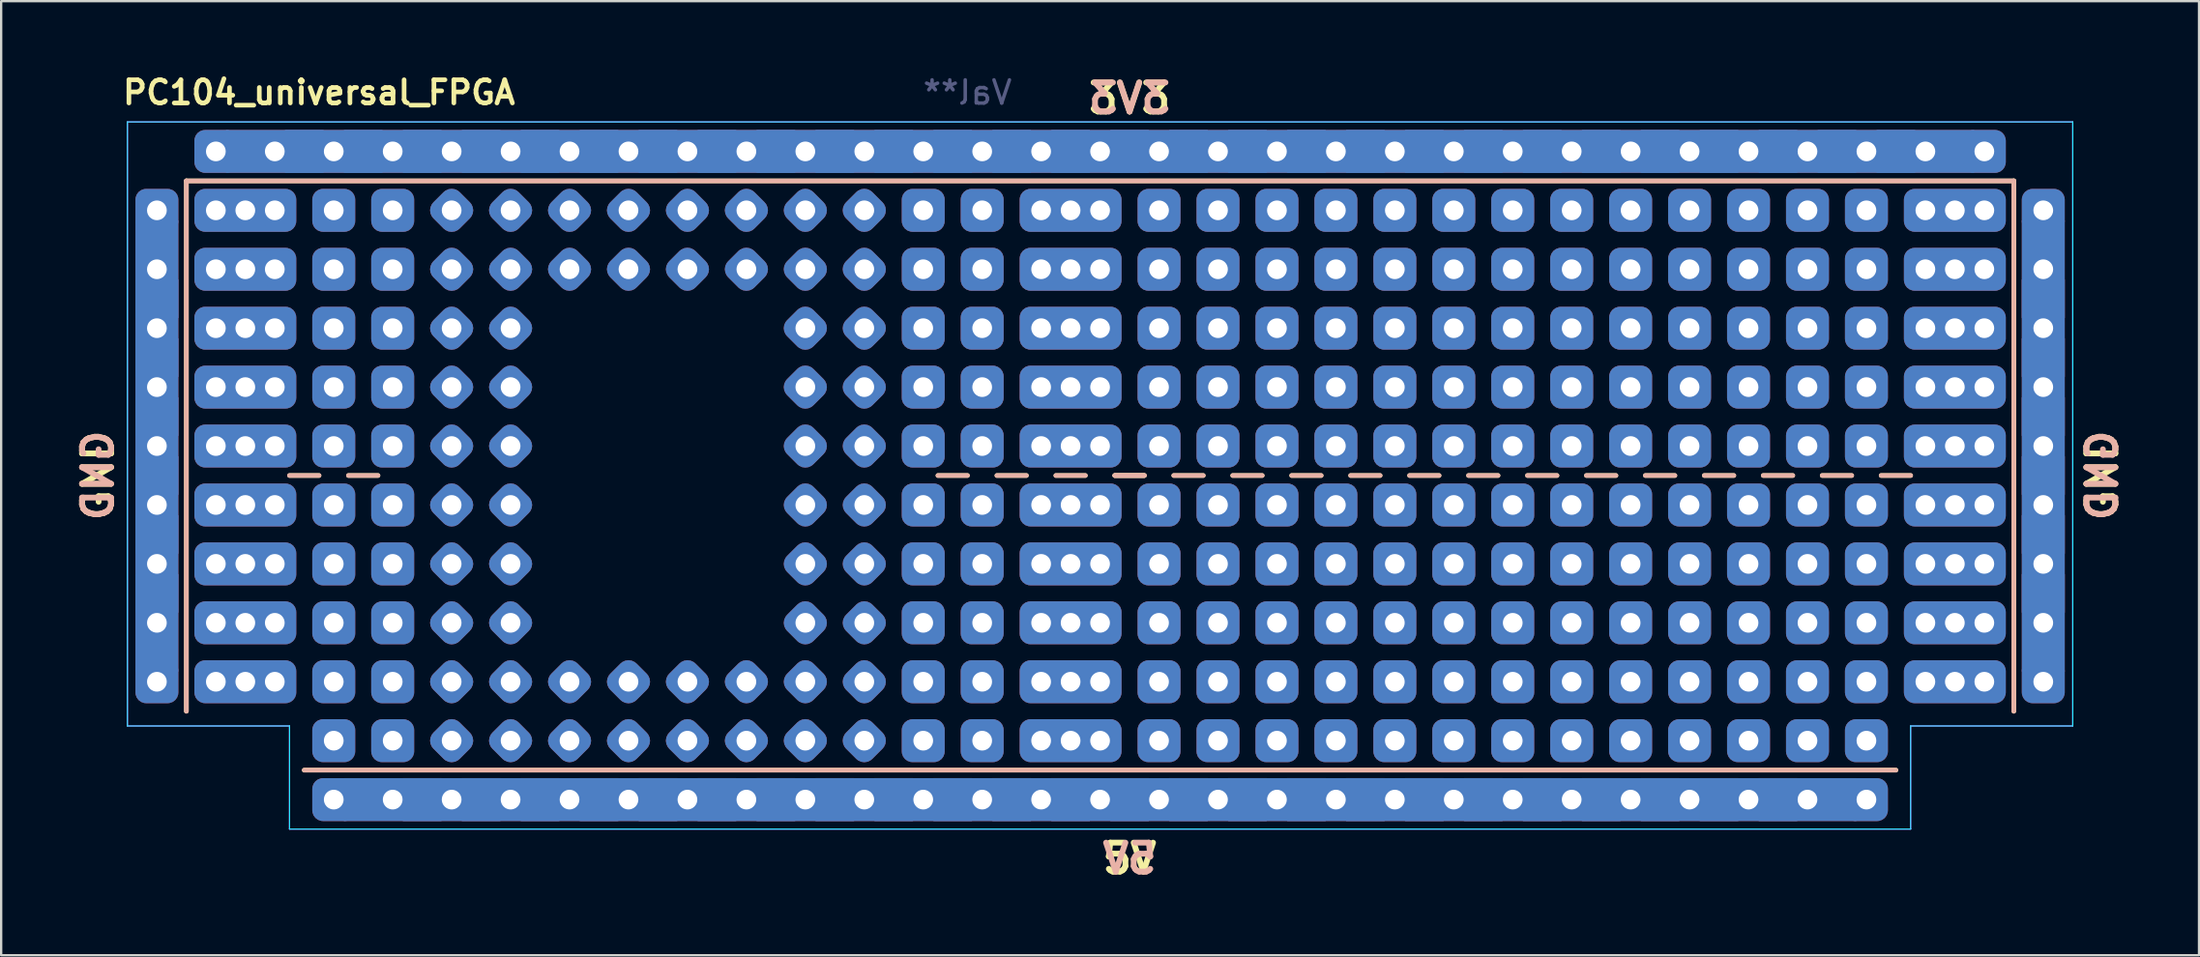
<source format=kicad_pcb>
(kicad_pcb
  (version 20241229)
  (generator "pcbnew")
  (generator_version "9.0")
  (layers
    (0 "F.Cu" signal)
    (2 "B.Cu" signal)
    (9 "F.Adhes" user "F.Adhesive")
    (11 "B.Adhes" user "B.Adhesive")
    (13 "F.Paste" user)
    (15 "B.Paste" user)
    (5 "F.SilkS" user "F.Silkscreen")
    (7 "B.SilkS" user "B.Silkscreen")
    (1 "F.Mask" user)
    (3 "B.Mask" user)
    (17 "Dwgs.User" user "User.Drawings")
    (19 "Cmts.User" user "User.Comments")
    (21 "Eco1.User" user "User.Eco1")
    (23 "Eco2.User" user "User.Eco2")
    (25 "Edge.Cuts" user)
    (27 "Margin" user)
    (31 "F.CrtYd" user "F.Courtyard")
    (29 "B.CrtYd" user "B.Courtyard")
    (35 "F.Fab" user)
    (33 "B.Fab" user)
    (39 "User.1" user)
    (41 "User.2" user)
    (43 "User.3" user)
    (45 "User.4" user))
  (footprint "PC104_universal_FPGA"
    (layer "F.Cu")
    (at 3.71 3.476)
    (property "Reference" "PC104_universal_FPGA" (at 6.985 -2.54 0) (layer "F.SilkS") (effects (font (size 1 1) (thickness 0.2))))
    (attr exclude_from_pos_files exclude_from_bom)
    (fp_line (start 1.27 1.27) (end 80.01 1.27) (stroke (width 0.2) (type solid)) (layer "F.SilkS"))
    (fp_line (start 1.27 24.13) (end 1.27 1.27) (stroke (width 0.2) (type solid)) (layer "F.SilkS"))
    (fp_line (start 5.715 13.97) (end 6.985 13.97) (stroke (width 0.2) (type solid)) (layer "F.SilkS"))
    (fp_line (start 8.255 13.97) (end 9.525 13.97) (stroke (width 0.2) (type solid)) (layer "F.SilkS"))
    (fp_line (start 33.655 13.97) (end 34.925 13.97) (stroke (width 0.2) (type solid)) (layer "F.SilkS"))
    (fp_line (start 36.195 13.97) (end 37.465 13.97) (stroke (width 0.2) (type solid)) (layer "F.SilkS"))
    (fp_line (start 38.735 13.97) (end 40.005 13.97) (stroke (width 0.2) (type solid)) (layer "F.SilkS"))
    (fp_line (start 41.275 13.97) (end 42.545 13.97) (stroke (width 0.2) (type solid)) (layer "F.SilkS"))
    (fp_line (start 41.275 13.97) (end 42.545 13.97) (stroke (width 0.2) (type solid)) (layer "F.SilkS"))
    (fp_line (start 43.815 13.97) (end 45.085 13.97) (stroke (width 0.2) (type solid)) (layer "F.SilkS"))
    (fp_line (start 46.355 13.97) (end 47.625 13.97) (stroke (width 0.2) (type solid)) (layer "F.SilkS"))
    (fp_line (start 48.895 13.97) (end 50.165 13.97) (stroke (width 0.2) (type solid)) (layer "F.SilkS"))
    (fp_line (start 51.435 13.97) (end 52.705 13.97) (stroke (width 0.2) (type solid)) (layer "F.SilkS"))
    (fp_line (start 53.975 13.97) (end 55.245 13.97) (stroke (width 0.2) (type solid)) (layer "F.SilkS"))
    (fp_line (start 56.515 13.97) (end 57.785 13.97) (stroke (width 0.2) (type solid)) (layer "F.SilkS"))
    (fp_line (start 59.055 13.97) (end 60.325 13.97) (stroke (width 0.2) (type solid)) (layer "F.SilkS"))
    (fp_line (start 61.595 13.97) (end 62.865 13.97) (stroke (width 0.2) (type solid)) (layer "F.SilkS"))
    (fp_line (start 64.135 13.97) (end 65.405 13.97) (stroke (width 0.2) (type solid)) (layer "F.SilkS"))
    (fp_line (start 66.675 13.97) (end 67.945 13.97) (stroke (width 0.2) (type solid)) (layer "F.SilkS"))
    (fp_line (start 69.215 13.97) (end 70.485 13.97) (stroke (width 0.2) (type solid)) (layer "F.SilkS"))
    (fp_line (start 71.755 13.97) (end 73.025 13.97) (stroke (width 0.2) (type solid)) (layer "F.SilkS"))
    (fp_line (start 74.295 13.97) (end 75.565 13.97) (stroke (width 0.2) (type solid)) (layer "F.SilkS"))
    (fp_line (start 74.93 26.67) (end 6.35 26.67) (stroke (width 0.2) (type solid)) (layer "F.SilkS"))
    (fp_line (start 80.01 1.27) (end 80.01 24.13) (stroke (width 0.2) (type solid)) (layer "F.SilkS"))
    (fp_line (start 1.27 1.27) (end 80.01 1.27) (stroke (width 0.2) (type solid)) (layer "B.SilkS"))
    (fp_line (start 1.27 24.13) (end 1.27 1.27) (stroke (width 0.2) (type solid)) (layer "B.SilkS"))
    (fp_line (start 5.715 13.97) (end 6.985 13.97) (stroke (width 0.2) (type solid)) (layer "B.SilkS"))
    (fp_line (start 8.255 13.97) (end 9.525 13.97) (stroke (width 0.2) (type solid)) (layer "B.SilkS"))
    (fp_line (start 33.655 13.97) (end 34.925 13.97) (stroke (width 0.2) (type solid)) (layer "B.SilkS"))
    (fp_line (start 36.195 13.97) (end 37.465 13.97) (stroke (width 0.2) (type solid)) (layer "B.SilkS"))
    (fp_line (start 38.735 13.97) (end 40.005 13.97) (stroke (width 0.2) (type solid)) (layer "B.SilkS"))
    (fp_line (start 41.275 13.97) (end 42.545 13.97) (stroke (width 0.2) (type solid)) (layer "B.SilkS"))
    (fp_line (start 41.275 13.97) (end 42.545 13.97) (stroke (width 0.2) (type solid)) (layer "B.SilkS"))
    (fp_line (start 43.815 13.97) (end 45.085 13.97) (stroke (width 0.2) (type solid)) (layer "B.SilkS"))
    (fp_line (start 46.355 13.97) (end 47.625 13.97) (stroke (width 0.2) (type solid)) (layer "B.SilkS"))
    (fp_line (start 48.895 13.97) (end 50.165 13.97) (stroke (width 0.2) (type solid)) (layer "B.SilkS"))
    (fp_line (start 51.435 13.97) (end 52.705 13.97) (stroke (width 0.2) (type solid)) (layer "B.SilkS"))
    (fp_line (start 53.975 13.97) (end 55.245 13.97) (stroke (width 0.2) (type solid)) (layer "B.SilkS"))
    (fp_line (start 56.515 13.97) (end 57.785 13.97) (stroke (width 0.2) (type solid)) (layer "B.SilkS"))
    (fp_line (start 59.055 13.97) (end 60.325 13.97) (stroke (width 0.2) (type solid)) (layer "B.SilkS"))
    (fp_line (start 61.595 13.97) (end 62.865 13.97) (stroke (width 0.2) (type solid)) (layer "B.SilkS"))
    (fp_line (start 64.135 13.97) (end 65.405 13.97) (stroke (width 0.2) (type solid)) (layer "B.SilkS"))
    (fp_line (start 66.675 13.97) (end 67.945 13.97) (stroke (width 0.2) (type solid)) (layer "B.SilkS"))
    (fp_line (start 69.215 13.97) (end 70.485 13.97) (stroke (width 0.2) (type solid)) (layer "B.SilkS"))
    (fp_line (start 71.755 13.97) (end 73.025 13.97) (stroke (width 0.2) (type solid)) (layer "B.SilkS"))
    (fp_line (start 74.295 13.97) (end 75.565 13.97) (stroke (width 0.2) (type solid)) (layer "B.SilkS"))
    (fp_line (start 74.93 26.67) (end 6.35 26.67) (stroke (width 0.2) (type solid)) (layer "B.SilkS"))
    (fp_line (start 80.01 1.27) (end 80.01 24.13) (stroke (width 0.2) (type solid)) (layer "B.SilkS"))
    (fp_line (start -1.27 -1.27) (end 82.55 -1.27) (stroke (width 0.05) (type solid)) (layer "B.CrtYd"))
    (fp_line (start -1.27 24.765) (end -1.27 -1.27) (stroke (width 0.05) (type solid)) (layer "B.CrtYd"))
    (fp_line (start 5.715 24.765) (end -1.27 24.765) (stroke (width 0.05) (type solid)) (layer "B.CrtYd"))
    (fp_line (start 5.715 29.21) (end 5.715 24.765) (stroke (width 0.05) (type solid)) (layer "B.CrtYd"))
    (fp_line (start 75.565 24.765) (end 75.565 29.21) (stroke (width 0.05) (type solid)) (layer "B.CrtYd"))
    (fp_line (start 75.565 29.21) (end 5.715 29.21) (stroke (width 0.05) (type solid)) (layer "B.CrtYd"))
    (fp_line (start 82.55 24.765) (end 75.565 24.765) (stroke (width 0.05) (type solid)) (layer "B.CrtYd"))
    (fp_line (start 82.55 24.765) (end 82.55 -1.27) (stroke (width 0.05) (type solid)) (layer "B.CrtYd"))
    (fp_line (start -1.27 -1.27) (end 82.55 -1.27) (stroke (width 0.05) (type solid)) (layer "F.CrtYd"))
    (fp_line (start -1.27 24.765) (end -1.27 -1.27) (stroke (width 0.05) (type solid)) (layer "F.CrtYd"))
    (fp_line (start 5.715 24.765) (end -1.27 24.765) (stroke (width 0.05) (type solid)) (layer "F.CrtYd"))
    (fp_line (start 5.715 29.21) (end 5.715 24.765) (stroke (width 0.05) (type solid)) (layer "F.CrtYd"))
    (fp_line (start 75.565 24.765) (end 75.565 29.21) (stroke (width 0.05) (type solid)) (layer "F.CrtYd"))
    (fp_line (start 75.565 29.21) (end 5.715 29.21) (stroke (width 0.05) (type solid)) (layer "F.CrtYd"))
    (fp_line (start 82.55 24.765) (end 75.565 24.765) (stroke (width 0.05) (type solid)) (layer "F.CrtYd"))
    (fp_line (start 82.55 24.765) (end 82.55 -1.27) (stroke (width 0.05) (type solid)) (layer "F.CrtYd"))
    (fp_text user "5V" (at 41.91 30.48 180) (layer "F.SilkS") (effects (font (size 1.25 1.25) (thickness 0.25))))
    (fp_text user "GND" (at -2.54 13.97 90) (layer "F.SilkS") (effects (font (size 1.25 1.25) (thickness 0.25))))
    (fp_text user "3V3" (at 41.91 -2.286 180) (layer "F.SilkS") (effects (font (size 1.25 1.25) (thickness 0.25))))
    (fp_text user "GND" (at 83.82 13.97 270) (layer "F.SilkS") (effects (font (size 1.25 1.25) (thickness 0.25))))
    (fp_text user "5V" (at 41.91 30.48 180) (layer "B.SilkS") (effects (font (size 1.25 1.25) (thickness 0.25)) (justify mirror)))
    (fp_text user "GND" (at -2.54 13.97 270) (layer "B.SilkS") (effects (font (size 1.25 1.25) (thickness 0.25)) (justify mirror)))
    (fp_text user "3V3" (at 41.91 -2.286 180) (layer "B.SilkS") (effects (font (size 1.25 1.25) (thickness 0.25)) (justify mirror)))
    (fp_text user "GND" (at 83.82 13.97 90) (layer "B.SilkS") (effects (font (size 1.25 1.25) (thickness 0.25)) (justify mirror)))
    (fp_text user "Val**" (at 34.925 -2.54 0) (layer "B.Fab") (effects (font (size 1 1) (thickness 0.15)) (justify mirror)))
    (pad "1" thru_hole roundrect (at 0 2.54 270) (size 1.85 1.85) (drill 0.85) (layers "*.Cu" "*.Mask") (roundrect_rratio 0.25))
    (pad "1" thru_hole rect (at 0 5.08 90) (size 4.2 1.85) (drill 0.85) (layers "*.Cu" "*.Mask"))
    (pad "1" thru_hole rect (at 0 7.62 90) (size 4.2 1.85) (drill 0.85) (layers "*.Cu" "*.Mask"))
    (pad "1" thru_hole rect (at 0 10.16 90) (size 4.2 1.85) (drill 0.85) (layers "*.Cu" "*.Mask"))
    (pad "1" thru_hole rect (at 0 12.7 90) (size 4.2 1.85) (drill 0.85) (layers "*.Cu" "*.Mask"))
    (pad "1" thru_hole rect (at 0 15.24 90) (size 4.2 1.85) (drill 0.85) (layers "*.Cu" "*.Mask"))
    (pad "1" thru_hole rect (at 0 17.78 90) (size 4.2 1.85) (drill 0.85) (layers "*.Cu" "*.Mask"))
    (pad "1" thru_hole rect (at 0 20.32 90) (size 4.2 1.85) (drill 0.85) (layers "*.Cu" "*.Mask"))
    (pad "1" thru_hole roundrect (at 0 22.86 270) (size 1.85 1.85) (drill 0.85) (layers "*.Cu" "*.Mask") (roundrect_rratio 0.25))
    (pad "1" thru_hole roundrect (at 81.28 2.54 270) (size 1.85 1.85) (drill 0.85) (layers "*.Cu" "*.Mask") (roundrect_rratio 0.25))
    (pad "1" thru_hole rect (at 81.28 5.08 90) (size 4.2 1.85) (drill 0.85) (layers "*.Cu" "*.Mask"))
    (pad "1" thru_hole rect (at 81.28 7.62 90) (size 4.2 1.85) (drill 0.85) (layers "*.Cu" "*.Mask"))
    (pad "1" thru_hole rect (at 81.28 10.16 90) (size 4.2 1.85) (drill 0.85) (layers "*.Cu" "*.Mask"))
    (pad "1" thru_hole rect (at 81.28 12.7 90) (size 4.2 1.85) (drill 0.85) (layers "*.Cu" "*.Mask"))
    (pad "1" thru_hole rect (at 81.28 15.24 90) (size 4.2 1.85) (drill 0.85) (layers "*.Cu" "*.Mask"))
    (pad "1" thru_hole rect (at 81.28 17.78 90) (size 4.2 1.85) (drill 0.85) (layers "*.Cu" "*.Mask"))
    (pad "1" thru_hole rect (at 81.28 20.32 90) (size 4.2 1.85) (drill 0.85) (layers "*.Cu" "*.Mask"))
    (pad "1" thru_hole roundrect (at 81.28 22.86 270) (size 1.85 1.85) (drill 0.85) (layers "*.Cu" "*.Mask") (roundrect_rratio 0.25))
    (pad "2" thru_hole roundrect (at 2.54 0) (size 1.85 1.85) (drill 0.85) (layers "*.Cu" "*.Mask") (roundrect_rratio 0.25))
    (pad "2" thru_hole rect (at 5.08 0) (size 4.2 1.85) (drill 0.85) (layers "*.Cu" "*.Mask"))
    (pad "2" thru_hole rect (at 7.62 0) (size 4.2 1.85) (drill 0.85) (layers "*.Cu" "*.Mask"))
    (pad "2" thru_hole rect (at 10.16 0) (size 4.2 1.85) (drill 0.85) (layers "*.Cu" "*.Mask"))
    (pad "2" thru_hole rect (at 12.7 0) (size 4.2 1.85) (drill 0.85) (layers "*.Cu" "*.Mask"))
    (pad "2" thru_hole rect (at 15.24 0) (size 4.2 1.85) (drill 0.85) (layers "*.Cu" "*.Mask"))
    (pad "2" thru_hole rect (at 17.78 0) (size 4.2 1.85) (drill 0.85) (layers "*.Cu" "*.Mask"))
    (pad "2" thru_hole rect (at 20.32 0) (size 4.2 1.85) (drill 0.85) (layers "*.Cu" "*.Mask"))
    (pad "2" thru_hole rect (at 22.86 0) (size 4.2 1.85) (drill 0.85) (layers "*.Cu" "*.Mask"))
    (pad "2" thru_hole rect (at 25.4 0) (size 4.2 1.85) (drill 0.85) (layers "*.Cu" "*.Mask"))
    (pad "2" thru_hole rect (at 27.94 0) (size 4.2 1.85) (drill 0.85) (layers "*.Cu" "*.Mask"))
    (pad "2" thru_hole rect (at 30.48 0) (size 4.2 1.85) (drill 0.85) (layers "*.Cu" "*.Mask"))
    (pad "2" thru_hole rect (at 33.02 0) (size 4.2 1.85) (drill 0.85) (layers "*.Cu" "*.Mask"))
    (pad "2" thru_hole rect (at 35.56 0) (size 4.2 1.85) (drill 0.85) (layers "*.Cu" "*.Mask"))
    (pad "2" thru_hole rect (at 38.1 0) (size 4.2 1.85) (drill 0.85) (layers "*.Cu" "*.Mask"))
    (pad "2" thru_hole rect (at 40.64 0) (size 4.2 1.85) (drill 0.85) (layers "*.Cu" "*.Mask"))
    (pad "2" thru_hole rect (at 43.18 0) (size 4.2 1.85) (drill 0.85) (layers "*.Cu" "*.Mask"))
    (pad "2" thru_hole rect (at 45.72 0) (size 4.2 1.85) (drill 0.85) (layers "*.Cu" "*.Mask"))
    (pad "2" thru_hole rect (at 48.26 0 180) (size 4.2 1.85) (drill 0.85) (layers "*.Cu" "*.Mask"))
    (pad "2" thru_hole rect (at 50.8 0) (size 4.2 1.85) (drill 0.85) (layers "*.Cu" "*.Mask"))
    (pad "2" thru_hole rect (at 53.34 0) (size 4.2 1.85) (drill 0.85) (layers "*.Cu" "*.Mask"))
    (pad "2" thru_hole rect (at 55.88 0) (size 4.2 1.85) (drill 0.85) (layers "*.Cu" "*.Mask"))
    (pad "2" thru_hole rect (at 58.42 0) (size 4.2 1.85) (drill 0.85) (layers "*.Cu" "*.Mask"))
    (pad "2" thru_hole rect (at 60.96 0) (size 4.2 1.85) (drill 0.85) (layers "*.Cu" "*.Mask"))
    (pad "2" thru_hole rect (at 63.5 0) (size 4.2 1.85) (drill 0.85) (layers "*.Cu" "*.Mask"))
    (pad "2" thru_hole rect (at 66.04 0) (size 4.2 1.85) (drill 0.85) (layers "*.Cu" "*.Mask"))
    (pad "2" thru_hole rect (at 68.58 0) (size 4.2 1.85) (drill 0.85) (layers "*.Cu" "*.Mask"))
    (pad "2" thru_hole rect (at 71.12 0) (size 4.2 1.85) (drill 0.85) (layers "*.Cu" "*.Mask"))
    (pad "2" thru_hole rect (at 73.66 0) (size 4.2 1.85) (drill 0.85) (layers "*.Cu" "*.Mask"))
    (pad "2" thru_hole rect (at 76.2 0) (size 4.2 1.85) (drill 0.85) (layers "*.Cu" "*.Mask"))
    (pad "2" thru_hole roundrect (at 78.74 0) (size 1.85 1.85) (drill 0.85) (layers "*.Cu" "*.Mask") (roundrect_rratio 0.25))
    (pad "3" thru_hole roundrect (at 7.62 27.94 270) (size 1.85 1.85) (drill 0.85) (layers "*.Cu" "*.Mask") (roundrect_rratio 0.25))
    (pad "3" thru_hole rect (at 10.16 27.94) (size 4.2 1.85) (drill 0.85) (layers "*.Cu" "*.Mask"))
    (pad "3" thru_hole rect (at 12.7 27.94) (size 4.2 1.85) (drill 0.85) (layers "*.Cu" "*.Mask"))
    (pad "3" thru_hole rect (at 15.24 27.94) (size 4.2 1.85) (drill 0.85) (layers "*.Cu" "*.Mask"))
    (pad "3" thru_hole rect (at 17.78 27.94) (size 4.2 1.85) (drill 0.85) (layers "*.Cu" "*.Mask"))
    (pad "3" thru_hole rect (at 20.32 27.94) (size 4.2 1.85) (drill 0.85) (layers "*.Cu" "*.Mask"))
    (pad "3" thru_hole rect (at 22.86 27.94) (size 4.2 1.85) (drill 0.85) (layers "*.Cu" "*.Mask"))
    (pad "3" thru_hole rect (at 25.4 27.94) (size 4.2 1.85) (drill 0.85) (layers "*.Cu" "*.Mask"))
    (pad "3" thru_hole rect (at 27.94 27.94) (size 4.2 1.85) (drill 0.85) (layers "*.Cu" "*.Mask"))
    (pad "3" thru_hole rect (at 30.48 27.94) (size 4.2 1.85) (drill 0.85) (layers "*.Cu" "*.Mask"))
    (pad "3" thru_hole rect (at 33.02 27.94) (size 4.2 1.85) (drill 0.85) (layers "*.Cu" "*.Mask"))
    (pad "3" thru_hole rect (at 35.56 27.94) (size 4.2 1.85) (drill 0.85) (layers "*.Cu" "*.Mask"))
    (pad "3" thru_hole rect (at 38.1 27.94) (size 4.2 1.85) (drill 0.85) (layers "*.Cu" "*.Mask"))
    (pad "3" thru_hole rect (at 40.64 27.94) (size 4.2 1.85) (drill 0.85) (layers "*.Cu" "*.Mask"))
    (pad "3" thru_hole rect (at 43.18 27.94) (size 4.2 1.85) (drill 0.85) (layers "*.Cu" "*.Mask"))
    (pad "3" thru_hole rect (at 45.72 27.94) (size 4.2 1.85) (drill 0.85) (layers "*.Cu" "*.Mask"))
    (pad "3" thru_hole rect (at 48.26 27.94) (size 4.2 1.85) (drill 0.85) (layers "*.Cu" "*.Mask"))
    (pad "3" thru_hole rect (at 50.8 27.94) (size 4.2 1.85) (drill 0.85) (layers "*.Cu" "*.Mask"))
    (pad "3" thru_hole rect (at 53.34 27.94) (size 4.2 1.85) (drill 0.85) (layers "*.Cu" "*.Mask"))
    (pad "3" thru_hole rect (at 55.88 27.94) (size 4.2 1.85) (drill 0.85) (layers "*.Cu" "*.Mask"))
    (pad "3" thru_hole rect (at 58.42 27.94) (size 4.2 1.85) (drill 0.85) (layers "*.Cu" "*.Mask"))
    (pad "3" thru_hole rect (at 60.96 27.94) (size 4.2 1.85) (drill 0.85) (layers "*.Cu" "*.Mask"))
    (pad "3" thru_hole rect (at 63.5 27.94) (size 4.2 1.85) (drill 0.85) (layers "*.Cu" "*.Mask"))
    (pad "3" thru_hole rect (at 66.04 27.94) (size 4.2 1.85) (drill 0.85) (layers "*.Cu" "*.Mask"))
    (pad "3" thru_hole rect (at 68.58 27.94) (size 4.2 1.85) (drill 0.85) (layers "*.Cu" "*.Mask"))
    (pad "3" thru_hole rect (at 71.12 27.94) (size 4.2 1.85) (drill 0.85) (layers "*.Cu" "*.Mask"))
    (pad "3" thru_hole roundrect (at 73.66 27.94 270) (size 1.85 1.85) (drill 0.85) (layers "*.Cu" "*.Mask") (roundrect_rratio 0.25))
    (pad "NC" thru_hole circle (at 2.54 2.54) (size 1.5 1.5) (drill 0.85) (layers "*.Cu" "*.Mask"))
    (pad "NC" thru_hole circle (at 2.54 5.08) (size 1.5 1.5) (drill 0.85) (layers "*.Cu" "*.Mask"))
    (pad "NC" thru_hole circle (at 2.54 7.62) (size 1.5 1.5) (drill 0.85) (layers "*.Cu" "*.Mask"))
    (pad "NC" thru_hole circle (at 2.54 10.16) (size 1.5 1.5) (drill 0.85) (layers "*.Cu" "*.Mask"))
    (pad "NC" thru_hole circle (at 2.54 12.7) (size 1.5 1.5) (drill 0.85) (layers "*.Cu" "*.Mask"))
    (pad "NC" thru_hole circle (at 2.54 15.24) (size 1.5 1.5) (drill 0.85) (layers "*.Cu" "*.Mask"))
    (pad "NC" thru_hole circle (at 2.54 17.78) (size 1.5 1.5) (drill 0.85) (layers "*.Cu" "*.Mask"))
    (pad "NC" thru_hole circle (at 2.54 20.32) (size 1.5 1.5) (drill 0.85) (layers "*.Cu" "*.Mask"))
    (pad "NC" thru_hole circle (at 2.54 22.86) (size 1.5 1.5) (drill 0.85) (layers "*.Cu" "*.Mask"))
    (pad "NC" thru_hole roundrect (at 3.81 2.54) (size 4.39 1.85) (drill 0.85) (layers "*.Cu" "*.Mask") (roundrect_rratio 0.25))
    (pad "NC" thru_hole roundrect (at 3.81 5.08) (size 4.39 1.85) (drill 0.85) (layers "*.Cu" "*.Mask") (roundrect_rratio 0.25))
    (pad "NC" thru_hole roundrect (at 3.81 7.62) (size 4.39 1.85) (drill 0.85) (layers "*.Cu" "*.Mask") (roundrect_rratio 0.25))
    (pad "NC" thru_hole roundrect (at 3.81 10.16) (size 4.39 1.85) (drill 0.85) (layers "*.Cu" "*.Mask") (roundrect_rratio 0.25))
    (pad "NC" thru_hole roundrect (at 3.81 12.7) (size 4.39 1.85) (drill 0.85) (layers "*.Cu" "*.Mask") (roundrect_rratio 0.25))
    (pad "NC" thru_hole roundrect (at 3.81 15.24) (size 4.39 1.85) (drill 0.85) (layers "*.Cu" "*.Mask") (roundrect_rratio 0.25))
    (pad "NC" thru_hole roundrect (at 3.81 17.78) (size 4.39 1.85) (drill 0.85) (layers "*.Cu" "*.Mask") (roundrect_rratio 0.25))
    (pad "NC" thru_hole roundrect (at 3.81 20.32) (size 4.39 1.85) (drill 0.85) (layers "*.Cu" "*.Mask") (roundrect_rratio 0.25))
    (pad "NC" thru_hole roundrect (at 3.81 22.86) (size 4.39 1.85) (drill 0.85) (layers "*.Cu" "*.Mask") (roundrect_rratio 0.25))
    (pad "NC" thru_hole circle (at 5.08 2.54) (size 1.5 1.5) (drill 0.85) (layers "*.Cu" "*.Mask"))
    (pad "NC" thru_hole circle (at 5.08 5.08) (size 1.5 1.5) (drill 0.85) (layers "*.Cu" "*.Mask"))
    (pad "NC" thru_hole circle (at 5.08 7.62) (size 1.5 1.5) (drill 0.85) (layers "*.Cu" "*.Mask"))
    (pad "NC" thru_hole circle (at 5.08 10.16) (size 1.5 1.5) (drill 0.85) (layers "*.Cu" "*.Mask"))
    (pad "NC" thru_hole circle (at 5.08 12.7) (size 1.5 1.5) (drill 0.85) (layers "*.Cu" "*.Mask"))
    (pad "NC" thru_hole circle (at 5.08 15.24) (size 1.5 1.5) (drill 0.85) (layers "*.Cu" "*.Mask"))
    (pad "NC" thru_hole circle (at 5.08 17.78) (size 1.5 1.5) (drill 0.85) (layers "*.Cu" "*.Mask"))
    (pad "NC" thru_hole circle (at 5.08 20.32) (size 1.5 1.5) (drill 0.85) (layers "*.Cu" "*.Mask"))
    (pad "NC" thru_hole circle (at 5.08 22.86) (size 1.5 1.5) (drill 0.85) (layers "*.Cu" "*.Mask"))
    (pad "NC" thru_hole roundrect (at 7.62 2.54) (size 1.85 1.85) (drill 0.85) (layers "*.Cu" "*.Mask") (roundrect_rratio 0.25))
    (pad "NC" thru_hole roundrect (at 7.62 5.08) (size 1.85 1.85) (drill 0.85) (layers "*.Cu" "*.Mask") (roundrect_rratio 0.25))
    (pad "NC" thru_hole roundrect (at 7.62 7.62) (size 1.85 1.85) (drill 0.85) (layers "*.Cu" "*.Mask") (roundrect_rratio 0.25))
    (pad "NC" thru_hole roundrect (at 7.62 10.16) (size 1.85 1.85) (drill 0.85) (layers "*.Cu" "*.Mask") (roundrect_rratio 0.25))
    (pad "NC" thru_hole roundrect (at 7.62 12.7) (size 1.85 1.85) (drill 0.85) (layers "*.Cu" "*.Mask") (roundrect_rratio 0.25))
    (pad "NC" thru_hole roundrect (at 7.62 15.24) (size 1.85 1.85) (drill 0.85) (layers "*.Cu" "*.Mask") (roundrect_rratio 0.25))
    (pad "NC" thru_hole roundrect (at 7.62 17.78) (size 1.85 1.85) (drill 0.85) (layers "*.Cu" "*.Mask") (roundrect_rratio 0.25))
    (pad "NC" thru_hole roundrect (at 7.62 20.32) (size 1.85 1.85) (drill 0.85) (layers "*.Cu" "*.Mask") (roundrect_rratio 0.25))
    (pad "NC" thru_hole roundrect (at 7.62 22.86) (size 1.85 1.85) (drill 0.85) (layers "*.Cu" "*.Mask") (roundrect_rratio 0.25))
    (pad "NC" thru_hole roundrect (at 7.62 25.4) (size 1.85 1.85) (drill 0.85) (layers "*.Cu" "*.Mask") (roundrect_rratio 0.25))
    (pad "NC" thru_hole roundrect (at 10.16 2.54) (size 1.85 1.85) (drill 0.85) (layers "*.Cu" "*.Mask") (roundrect_rratio 0.25))
    (pad "NC" thru_hole roundrect (at 10.16 5.08) (size 1.85 1.85) (drill 0.85) (layers "*.Cu" "*.Mask") (roundrect_rratio 0.25))
    (pad "NC" thru_hole roundrect (at 10.16 7.62) (size 1.85 1.85) (drill 0.85) (layers "*.Cu" "*.Mask") (roundrect_rratio 0.25))
    (pad "NC" thru_hole roundrect (at 10.16 10.16) (size 1.85 1.85) (drill 0.85) (layers "*.Cu" "*.Mask") (roundrect_rratio 0.25))
    (pad "NC" thru_hole roundrect (at 10.16 12.7) (size 1.85 1.85) (drill 0.85) (layers "*.Cu" "*.Mask") (roundrect_rratio 0.25))
    (pad "NC" thru_hole roundrect (at 10.16 15.24) (size 1.85 1.85) (drill 0.85) (layers "*.Cu" "*.Mask") (roundrect_rratio 0.25))
    (pad "NC" thru_hole roundrect (at 10.16 17.78) (size 1.85 1.85) (drill 0.85) (layers "*.Cu" "*.Mask") (roundrect_rratio 0.25))
    (pad "NC" thru_hole roundrect (at 10.16 20.32) (size 1.85 1.85) (drill 0.85) (layers "*.Cu" "*.Mask") (roundrect_rratio 0.25))
    (pad "NC" thru_hole roundrect (at 10.16 22.86) (size 1.85 1.85) (drill 0.85) (layers "*.Cu" "*.Mask") (roundrect_rratio 0.25))
    (pad "NC" thru_hole roundrect (at 10.16 25.4) (size 1.85 1.85) (drill 0.85) (layers "*.Cu" "*.Mask") (roundrect_rratio 0.25))
    (pad "NC" thru_hole roundrect (at 12.7 2.54 315) (size 1.6 1.6) (drill 0.85) (layers "*.Cu" "*.Mask") (roundrect_rratio 0.305))
    (pad "NC" thru_hole roundrect (at 12.7 5.08 315) (size 1.6 1.6) (drill 0.85) (layers "*.Cu" "*.Mask") (roundrect_rratio 0.305))
    (pad "NC" thru_hole roundrect (at 12.7 7.62 315) (size 1.6 1.6) (drill 0.85) (layers "*.Cu" "*.Mask") (roundrect_rratio 0.305))
    (pad "NC" thru_hole roundrect (at 12.7 10.16 315) (size 1.6 1.6) (drill 0.85) (layers "*.Cu" "*.Mask") (roundrect_rratio 0.305))
    (pad "NC" thru_hole roundrect (at 12.7 12.7 315) (size 1.6 1.6) (drill 0.85) (layers "*.Cu" "*.Mask") (roundrect_rratio 0.305))
    (pad "NC" thru_hole roundrect (at 12.7 15.24 315) (size 1.6 1.6) (drill 0.85) (layers "*.Cu" "*.Mask") (roundrect_rratio 0.305))
    (pad "NC" thru_hole roundrect (at 12.7 17.78 315) (size 1.6 1.6) (drill 0.85) (layers "*.Cu" "*.Mask") (roundrect_rratio 0.305))
    (pad "NC" thru_hole roundrect (at 12.7 20.32 315) (size 1.6 1.6) (drill 0.85) (layers "*.Cu" "*.Mask") (roundrect_rratio 0.305))
    (pad "NC" thru_hole roundrect (at 12.7 22.86 315) (size 1.6 1.6) (drill 0.85) (layers "*.Cu" "*.Mask") (roundrect_rratio 0.305))
    (pad "NC" thru_hole roundrect (at 12.7 25.4 315) (size 1.6 1.6) (drill 0.85) (layers "*.Cu" "*.Mask") (roundrect_rratio 0.305))
    (pad "NC" thru_hole roundrect (at 15.24 2.54 315) (size 1.6 1.6) (drill 0.85) (layers "*.Cu" "*.Mask") (roundrect_rratio 0.305))
    (pad "NC" thru_hole roundrect (at 15.24 5.08 315) (size 1.6 1.6) (drill 0.85) (layers "*.Cu" "*.Mask") (roundrect_rratio 0.305))
    (pad "NC" thru_hole roundrect (at 15.24 7.62 315) (size 1.6 1.6) (drill 0.85) (layers "*.Cu" "*.Mask") (roundrect_rratio 0.305))
    (pad "NC" thru_hole roundrect (at 15.24 10.16 315) (size 1.6 1.6) (drill 0.85) (layers "*.Cu" "*.Mask") (roundrect_rratio 0.305))
    (pad "NC" thru_hole roundrect (at 15.24 12.7 315) (size 1.6 1.6) (drill 0.85) (layers "*.Cu" "*.Mask") (roundrect_rratio 0.305))
    (pad "NC" thru_hole roundrect (at 15.24 15.24 315) (size 1.6 1.6) (drill 0.85) (layers "*.Cu" "*.Mask") (roundrect_rratio 0.305))
    (pad "NC" thru_hole roundrect (at 15.24 17.78 315) (size 1.6 1.6) (drill 0.85) (layers "*.Cu" "*.Mask") (roundrect_rratio 0.305))
    (pad "NC" thru_hole roundrect (at 15.24 20.32 315) (size 1.6 1.6) (drill 0.85) (layers "*.Cu" "*.Mask") (roundrect_rratio 0.305))
    (pad "NC" thru_hole roundrect (at 15.24 22.86 315) (size 1.6 1.6) (drill 0.85) (layers "*.Cu" "*.Mask") (roundrect_rratio 0.305))
    (pad "NC" thru_hole roundrect (at 15.24 25.4 315) (size 1.6 1.6) (drill 0.85) (layers "*.Cu" "*.Mask") (roundrect_rratio 0.305))
    (pad "NC" thru_hole roundrect (at 17.78 2.54 315) (size 1.6 1.6) (drill 0.85) (layers "*.Cu" "*.Mask") (roundrect_rratio 0.305))
    (pad "NC" thru_hole roundrect (at 17.78 5.08 315) (size 1.6 1.6) (drill 0.85) (layers "*.Cu" "*.Mask") (roundrect_rratio 0.305))
    (pad "NC" thru_hole roundrect (at 17.78 22.86 315) (size 1.6 1.6) (drill 0.85) (layers "*.Cu" "*.Mask") (roundrect_rratio 0.305))
    (pad "NC" thru_hole roundrect (at 17.78 25.4 315) (size 1.6 1.6) (drill 0.85) (layers "*.Cu" "*.Mask") (roundrect_rratio 0.305))
    (pad "NC" thru_hole roundrect (at 20.32 2.54 315) (size 1.6 1.6) (drill 0.85) (layers "*.Cu" "*.Mask") (roundrect_rratio 0.305))
    (pad "NC" thru_hole roundrect (at 20.32 5.08 315) (size 1.6 1.6) (drill 0.85) (layers "*.Cu" "*.Mask") (roundrect_rratio 0.305))
    (pad "NC" thru_hole roundrect (at 20.32 22.86 315) (size 1.6 1.6) (drill 0.85) (layers "*.Cu" "*.Mask") (roundrect_rratio 0.305))
    (pad "NC" thru_hole roundrect (at 20.32 25.4 315) (size 1.6 1.6) (drill 0.85) (layers "*.Cu" "*.Mask") (roundrect_rratio 0.305))
    (pad "NC" thru_hole roundrect (at 22.86 2.54 315) (size 1.6 1.6) (drill 0.85) (layers "*.Cu" "*.Mask") (roundrect_rratio 0.305))
    (pad "NC" thru_hole roundrect (at 22.86 5.08 315) (size 1.6 1.6) (drill 0.85) (layers "*.Cu" "*.Mask") (roundrect_rratio 0.305))
    (pad "NC" thru_hole roundrect (at 22.86 22.86 315) (size 1.6 1.6) (drill 0.85) (layers "*.Cu" "*.Mask") (roundrect_rratio 0.305))
    (pad "NC" thru_hole roundrect (at 22.86 25.4 315) (size 1.6 1.6) (drill 0.85) (layers "*.Cu" "*.Mask") (roundrect_rratio 0.305))
    (pad "NC" thru_hole roundrect (at 25.4 2.54 315) (size 1.6 1.6) (drill 0.85) (layers "*.Cu" "*.Mask") (roundrect_rratio 0.305))
    (pad "NC" thru_hole roundrect (at 25.4 5.08 315) (size 1.6 1.6) (drill 0.85) (layers "*.Cu" "*.Mask") (roundrect_rratio 0.305))
    (pad "NC" thru_hole roundrect (at 25.4 22.86 315) (size 1.6 1.6) (drill 0.85) (layers "*.Cu" "*.Mask") (roundrect_rratio 0.305))
    (pad "NC" thru_hole roundrect (at 25.4 25.4 315) (size 1.6 1.6) (drill 0.85) (layers "*.Cu" "*.Mask") (roundrect_rratio 0.305))
    (pad "NC" thru_hole roundrect (at 27.94 2.54 315) (size 1.6 1.6) (drill 0.85) (layers "*.Cu" "*.Mask") (roundrect_rratio 0.305))
    (pad "NC" thru_hole roundrect (at 27.94 5.08 315) (size 1.6 1.6) (drill 0.85) (layers "*.Cu" "*.Mask") (roundrect_rratio 0.305))
    (pad "NC" thru_hole roundrect (at 27.94 7.62 315) (size 1.6 1.6) (drill 0.85) (layers "*.Cu" "*.Mask") (roundrect_rratio 0.305))
    (pad "NC" thru_hole roundrect (at 27.94 10.16 315) (size 1.6 1.6) (drill 0.85) (layers "*.Cu" "*.Mask") (roundrect_rratio 0.305))
    (pad "NC" thru_hole roundrect (at 27.94 12.7 315) (size 1.6 1.6) (drill 0.85) (layers "*.Cu" "*.Mask") (roundrect_rratio 0.305))
    (pad "NC" thru_hole roundrect (at 27.94 15.24 315) (size 1.6 1.6) (drill 0.85) (layers "*.Cu" "*.Mask") (roundrect_rratio 0.305))
    (pad "NC" thru_hole roundrect (at 27.94 17.78 315) (size 1.6 1.6) (drill 0.85) (layers "*.Cu" "*.Mask") (roundrect_rratio 0.305))
    (pad "NC" thru_hole roundrect (at 27.94 20.32 315) (size 1.6 1.6) (drill 0.85) (layers "*.Cu" "*.Mask") (roundrect_rratio 0.305))
    (pad "NC" thru_hole roundrect (at 27.94 22.86 315) (size 1.6 1.6) (drill 0.85) (layers "*.Cu" "*.Mask") (roundrect_rratio 0.305))
    (pad "NC" thru_hole roundrect (at 27.94 25.4 315) (size 1.6 1.6) (drill 0.85) (layers "*.Cu" "*.Mask") (roundrect_rratio 0.305))
    (pad "NC" thru_hole roundrect (at 30.48 2.54 315) (size 1.6 1.6) (drill 0.85) (layers "*.Cu" "*.Mask") (roundrect_rratio 0.305))
    (pad "NC" thru_hole roundrect (at 30.48 5.08 315) (size 1.6 1.6) (drill 0.85) (layers "*.Cu" "*.Mask") (roundrect_rratio 0.305))
    (pad "NC" thru_hole roundrect (at 30.48 7.62 315) (size 1.6 1.6) (drill 0.85) (layers "*.Cu" "*.Mask") (roundrect_rratio 0.305))
    (pad "NC" thru_hole roundrect (at 30.48 10.16 315) (size 1.6 1.6) (drill 0.85) (layers "*.Cu" "*.Mask") (roundrect_rratio 0.305))
    (pad "NC" thru_hole roundrect (at 30.48 12.7 315) (size 1.6 1.6) (drill 0.85) (layers "*.Cu" "*.Mask") (roundrect_rratio 0.305))
    (pad "NC" thru_hole roundrect (at 30.48 15.24 315) (size 1.6 1.6) (drill 0.85) (layers "*.Cu" "*.Mask") (roundrect_rratio 0.305))
    (pad "NC" thru_hole roundrect (at 30.48 17.78 315) (size 1.6 1.6) (drill 0.85) (layers "*.Cu" "*.Mask") (roundrect_rratio 0.305))
    (pad "NC" thru_hole roundrect (at 30.48 20.32 315) (size 1.6 1.6) (drill 0.85) (layers "*.Cu" "*.Mask") (roundrect_rratio 0.305))
    (pad "NC" thru_hole roundrect (at 30.48 22.86 315) (size 1.6 1.6) (drill 0.85) (layers "*.Cu" "*.Mask") (roundrect_rratio 0.305))
    (pad "NC" thru_hole roundrect (at 30.48 25.4 315) (size 1.6 1.6) (drill 0.85) (layers "*.Cu" "*.Mask") (roundrect_rratio 0.305))
    (pad "NC" thru_hole roundrect (at 33.02 2.54) (size 1.85 1.85) (drill 0.85) (layers "*.Cu" "*.Mask") (roundrect_rratio 0.25))
    (pad "NC" thru_hole roundrect (at 33.02 5.08) (size 1.85 1.85) (drill 0.85) (layers "*.Cu" "*.Mask") (roundrect_rratio 0.25))
    (pad "NC" thru_hole roundrect (at 33.02 7.62) (size 1.85 1.85) (drill 0.85) (layers "*.Cu" "*.Mask") (roundrect_rratio 0.25))
    (pad "NC" thru_hole roundrect (at 33.02 10.16) (size 1.85 1.85) (drill 0.85) (layers "*.Cu" "*.Mask") (roundrect_rratio 0.25))
    (pad "NC" thru_hole roundrect (at 33.02 12.7) (size 1.85 1.85) (drill 0.85) (layers "*.Cu" "*.Mask") (roundrect_rratio 0.25))
    (pad "NC" thru_hole roundrect (at 33.02 15.24) (size 1.85 1.85) (drill 0.85) (layers "*.Cu" "*.Mask") (roundrect_rratio 0.25))
    (pad "NC" thru_hole roundrect (at 33.02 17.78) (size 1.85 1.85) (drill 0.85) (layers "*.Cu" "*.Mask") (roundrect_rratio 0.25))
    (pad "NC" thru_hole roundrect (at 33.02 20.32) (size 1.85 1.85) (drill 0.85) (layers "*.Cu" "*.Mask") (roundrect_rratio 0.25))
    (pad "NC" thru_hole roundrect (at 33.02 22.86) (size 1.85 1.85) (drill 0.85) (layers "*.Cu" "*.Mask") (roundrect_rratio 0.25))
    (pad "NC" thru_hole roundrect (at 33.02 25.4) (size 1.85 1.85) (drill 0.85) (layers "*.Cu" "*.Mask") (roundrect_rratio 0.25))
    (pad "NC" thru_hole roundrect (at 35.56 2.54) (size 1.85 1.85) (drill 0.85) (layers "*.Cu" "*.Mask") (roundrect_rratio 0.25))
    (pad "NC" thru_hole roundrect (at 35.56 5.08) (size 1.85 1.85) (drill 0.85) (layers "*.Cu" "*.Mask") (roundrect_rratio 0.25))
    (pad "NC" thru_hole roundrect (at 35.56 7.62) (size 1.85 1.85) (drill 0.85) (layers "*.Cu" "*.Mask") (roundrect_rratio 0.25))
    (pad "NC" thru_hole roundrect (at 35.56 10.16) (size 1.85 1.85) (drill 0.85) (layers "*.Cu" "*.Mask") (roundrect_rratio 0.25))
    (pad "NC" thru_hole roundrect (at 35.56 12.7) (size 1.85 1.85) (drill 0.85) (layers "*.Cu" "*.Mask") (roundrect_rratio 0.25))
    (pad "NC" thru_hole roundrect (at 35.56 15.24) (size 1.85 1.85) (drill 0.85) (layers "*.Cu" "*.Mask") (roundrect_rratio 0.25))
    (pad "NC" thru_hole roundrect (at 35.56 17.78) (size 1.85 1.85) (drill 0.85) (layers "*.Cu" "*.Mask") (roundrect_rratio 0.25))
    (pad "NC" thru_hole roundrect (at 35.56 20.32) (size 1.85 1.85) (drill 0.85) (layers "*.Cu" "*.Mask") (roundrect_rratio 0.25))
    (pad "NC" thru_hole roundrect (at 35.56 22.86) (size 1.85 1.85) (drill 0.85) (layers "*.Cu" "*.Mask") (roundrect_rratio 0.25))
    (pad "NC" thru_hole roundrect (at 35.56 25.4) (size 1.85 1.85) (drill 0.85) (layers "*.Cu" "*.Mask") (roundrect_rratio 0.25))
    (pad "NC" thru_hole circle (at 38.1 2.54) (size 1.5 1.5) (drill 0.85) (layers "*.Cu" "*.Mask"))
    (pad "NC" thru_hole circle (at 38.1 5.08) (size 1.5 1.5) (drill 0.85) (layers "*.Cu" "*.Mask"))
    (pad "NC" thru_hole circle (at 38.1 7.62) (size 1.5 1.5) (drill 0.85) (layers "*.Cu" "*.Mask"))
    (pad "NC" thru_hole circle (at 38.1 10.16) (size 1.5 1.5) (drill 0.85) (layers "*.Cu" "*.Mask"))
    (pad "NC" thru_hole circle (at 38.1 12.7) (size 1.5 1.5) (drill 0.85) (layers "*.Cu" "*.Mask"))
    (pad "NC" thru_hole circle (at 38.1 15.24) (size 1.5 1.5) (drill 0.85) (layers "*.Cu" "*.Mask"))
    (pad "NC" thru_hole circle (at 38.1 17.78) (size 1.5 1.5) (drill 0.85) (layers "*.Cu" "*.Mask"))
    (pad "NC" thru_hole circle (at 38.1 20.32) (size 1.5 1.5) (drill 0.85) (layers "*.Cu" "*.Mask"))
    (pad "NC" thru_hole circle (at 38.1 22.86) (size 1.5 1.5) (drill 0.85) (layers "*.Cu" "*.Mask"))
    (pad "NC" thru_hole circle (at 38.1 25.4) (size 1.5 1.5) (drill 0.85) (layers "*.Cu" "*.Mask"))
    (pad "NC" thru_hole roundrect (at 39.37 2.54) (size 4.39 1.85) (drill 0.85) (layers "*.Cu" "*.Mask") (roundrect_rratio 0.25))
    (pad "NC" thru_hole roundrect (at 39.37 5.08) (size 4.39 1.85) (drill 0.85) (layers "*.Cu" "*.Mask") (roundrect_rratio 0.25))
    (pad "NC" thru_hole roundrect (at 39.37 7.62) (size 4.39 1.85) (drill 0.85) (layers "*.Cu" "*.Mask") (roundrect_rratio 0.25))
    (pad "NC" thru_hole roundrect (at 39.37 10.16) (size 4.39 1.85) (drill 0.85) (layers "*.Cu" "*.Mask") (roundrect_rratio 0.25))
    (pad "NC" thru_hole roundrect (at 39.37 12.7) (size 4.39 1.85) (drill 0.85) (layers "*.Cu" "*.Mask") (roundrect_rratio 0.25))
    (pad "NC" thru_hole roundrect (at 39.37 15.24) (size 4.39 1.85) (drill 0.85) (layers "*.Cu" "*.Mask") (roundrect_rratio 0.25))
    (pad "NC" thru_hole roundrect (at 39.37 17.78) (size 4.39 1.85) (drill 0.85) (layers "*.Cu" "*.Mask") (roundrect_rratio 0.25))
    (pad "NC" thru_hole roundrect (at 39.37 20.32) (size 4.39 1.85) (drill 0.85) (layers "*.Cu" "*.Mask") (roundrect_rratio 0.25))
    (pad "NC" thru_hole roundrect (at 39.37 22.86) (size 4.39 1.85) (drill 0.85) (layers "*.Cu" "*.Mask") (roundrect_rratio 0.25))
    (pad "NC" thru_hole roundrect (at 39.37 25.4) (size 4.39 1.85) (drill 0.85) (layers "*.Cu" "*.Mask") (roundrect_rratio 0.25))
    (pad "NC" thru_hole circle (at 40.64 2.54) (size 1.5 1.5) (drill 0.85) (layers "*.Cu" "*.Mask"))
    (pad "NC" thru_hole circle (at 40.64 5.08) (size 1.5 1.5) (drill 0.85) (layers "*.Cu" "*.Mask"))
    (pad "NC" thru_hole circle (at 40.64 7.62) (size 1.5 1.5) (drill 0.85) (layers "*.Cu" "*.Mask"))
    (pad "NC" thru_hole circle (at 40.64 10.16) (size 1.5 1.5) (drill 0.85) (layers "*.Cu" "*.Mask"))
    (pad "NC" thru_hole circle (at 40.64 12.7) (size 1.5 1.5) (drill 0.85) (layers "*.Cu" "*.Mask"))
    (pad "NC" thru_hole circle (at 40.64 15.24) (size 1.5 1.5) (drill 0.85) (layers "*.Cu" "*.Mask"))
    (pad "NC" thru_hole circle (at 40.64 17.78) (size 1.5 1.5) (drill 0.85) (layers "*.Cu" "*.Mask"))
    (pad "NC" thru_hole circle (at 40.64 20.32) (size 1.5 1.5) (drill 0.85) (layers "*.Cu" "*.Mask"))
    (pad "NC" thru_hole circle (at 40.64 22.86) (size 1.5 1.5) (drill 0.85) (layers "*.Cu" "*.Mask"))
    (pad "NC" thru_hole circle (at 40.64 25.4) (size 1.5 1.5) (drill 0.85) (layers "*.Cu" "*.Mask"))
    (pad "NC" thru_hole roundrect (at 43.18 2.54) (size 1.85 1.85) (drill 0.85) (layers "*.Cu" "*.Mask") (roundrect_rratio 0.25))
    (pad "NC" thru_hole roundrect (at 43.18 5.08) (size 1.85 1.85) (drill 0.85) (layers "*.Cu" "*.Mask") (roundrect_rratio 0.25))
    (pad "NC" thru_hole roundrect (at 43.18 7.62) (size 1.85 1.85) (drill 0.85) (layers "*.Cu" "*.Mask") (roundrect_rratio 0.25))
    (pad "NC" thru_hole roundrect (at 43.18 10.16) (size 1.85 1.85) (drill 0.85) (layers "*.Cu" "*.Mask") (roundrect_rratio 0.25))
    (pad "NC" thru_hole roundrect (at 43.18 12.7) (size 1.85 1.85) (drill 0.85) (layers "*.Cu" "*.Mask") (roundrect_rratio 0.25))
    (pad "NC" thru_hole roundrect (at 43.18 15.24) (size 1.85 1.85) (drill 0.85) (layers "*.Cu" "*.Mask") (roundrect_rratio 0.25))
    (pad "NC" thru_hole roundrect (at 43.18 17.78) (size 1.85 1.85) (drill 0.85) (layers "*.Cu" "*.Mask") (roundrect_rratio 0.25))
    (pad "NC" thru_hole roundrect (at 43.18 20.32) (size 1.85 1.85) (drill 0.85) (layers "*.Cu" "*.Mask") (roundrect_rratio 0.25))
    (pad "NC" thru_hole roundrect (at 43.18 22.86) (size 1.85 1.85) (drill 0.85) (layers "*.Cu" "*.Mask") (roundrect_rratio 0.25))
    (pad "NC" thru_hole roundrect (at 43.18 25.4) (size 1.85 1.85) (drill 0.85) (layers "*.Cu" "*.Mask") (roundrect_rratio 0.25))
    (pad "NC" thru_hole roundrect (at 45.72 2.54) (size 1.85 1.85) (drill 0.85) (layers "*.Cu" "*.Mask") (roundrect_rratio 0.25))
    (pad "NC" thru_hole roundrect (at 45.72 5.08) (size 1.85 1.85) (drill 0.85) (layers "*.Cu" "*.Mask") (roundrect_rratio 0.25))
    (pad "NC" thru_hole roundrect (at 45.72 7.62) (size 1.85 1.85) (drill 0.85) (layers "*.Cu" "*.Mask") (roundrect_rratio 0.25))
    (pad "NC" thru_hole roundrect (at 45.72 10.16) (size 1.85 1.85) (drill 0.85) (layers "*.Cu" "*.Mask") (roundrect_rratio 0.25))
    (pad "NC" thru_hole roundrect (at 45.72 12.7) (size 1.85 1.85) (drill 0.85) (layers "*.Cu" "*.Mask") (roundrect_rratio 0.25))
    (pad "NC" thru_hole roundrect (at 45.72 15.24) (size 1.85 1.85) (drill 0.85) (layers "*.Cu" "*.Mask") (roundrect_rratio 0.25))
    (pad "NC" thru_hole roundrect (at 45.72 17.78) (size 1.85 1.85) (drill 0.85) (layers "*.Cu" "*.Mask") (roundrect_rratio 0.25))
    (pad "NC" thru_hole roundrect (at 45.72 20.32) (size 1.85 1.85) (drill 0.85) (layers "*.Cu" "*.Mask") (roundrect_rratio 0.25))
    (pad "NC" thru_hole roundrect (at 45.72 22.86) (size 1.85 1.85) (drill 0.85) (layers "*.Cu" "*.Mask") (roundrect_rratio 0.25))
    (pad "NC" thru_hole roundrect (at 45.72 25.4) (size 1.85 1.85) (drill 0.85) (layers "*.Cu" "*.Mask") (roundrect_rratio 0.25))
    (pad "NC" thru_hole roundrect (at 48.26 2.54) (size 1.85 1.85) (drill 0.85) (layers "*.Cu" "*.Mask") (roundrect_rratio 0.25))
    (pad "NC" thru_hole roundrect (at 48.26 5.08) (size 1.85 1.85) (drill 0.85) (layers "*.Cu" "*.Mask") (roundrect_rratio 0.25))
    (pad "NC" thru_hole roundrect (at 48.26 7.62) (size 1.85 1.85) (drill 0.85) (layers "*.Cu" "*.Mask") (roundrect_rratio 0.25))
    (pad "NC" thru_hole roundrect (at 48.26 10.16) (size 1.85 1.85) (drill 0.85) (layers "*.Cu" "*.Mask") (roundrect_rratio 0.25))
    (pad "NC" thru_hole roundrect (at 48.26 12.7) (size 1.85 1.85) (drill 0.85) (layers "*.Cu" "*.Mask") (roundrect_rratio 0.25))
    (pad "NC" thru_hole roundrect (at 48.26 15.24) (size 1.85 1.85) (drill 0.85) (layers "*.Cu" "*.Mask") (roundrect_rratio 0.25))
    (pad "NC" thru_hole roundrect (at 48.26 17.78) (size 1.85 1.85) (drill 0.85) (layers "*.Cu" "*.Mask") (roundrect_rratio 0.25))
    (pad "NC" thru_hole roundrect (at 48.26 20.32) (size 1.85 1.85) (drill 0.85) (layers "*.Cu" "*.Mask") (roundrect_rratio 0.25))
    (pad "NC" thru_hole roundrect (at 48.26 22.86) (size 1.85 1.85) (drill 0.85) (layers "*.Cu" "*.Mask") (roundrect_rratio 0.25))
    (pad "NC" thru_hole roundrect (at 48.26 25.4) (size 1.85 1.85) (drill 0.85) (layers "*.Cu" "*.Mask") (roundrect_rratio 0.25))
    (pad "NC" thru_hole roundrect (at 50.8 2.54) (size 1.85 1.85) (drill 0.85) (layers "*.Cu" "*.Mask") (roundrect_rratio 0.25))
    (pad "NC" thru_hole roundrect (at 50.8 5.08) (size 1.85 1.85) (drill 0.85) (layers "*.Cu" "*.Mask") (roundrect_rratio 0.25))
    (pad "NC" thru_hole roundrect (at 50.8 7.62) (size 1.85 1.85) (drill 0.85) (layers "*.Cu" "*.Mask") (roundrect_rratio 0.25))
    (pad "NC" thru_hole roundrect (at 50.8 10.16) (size 1.85 1.85) (drill 0.85) (layers "*.Cu" "*.Mask") (roundrect_rratio 0.25))
    (pad "NC" thru_hole roundrect (at 50.8 12.7) (size 1.85 1.85) (drill 0.85) (layers "*.Cu" "*.Mask") (roundrect_rratio 0.25))
    (pad "NC" thru_hole roundrect (at 50.8 15.24) (size 1.85 1.85) (drill 0.85) (layers "*.Cu" "*.Mask") (roundrect_rratio 0.25))
    (pad "NC" thru_hole roundrect (at 50.8 17.78) (size 1.85 1.85) (drill 0.85) (layers "*.Cu" "*.Mask") (roundrect_rratio 0.25))
    (pad "NC" thru_hole roundrect (at 50.8 20.32) (size 1.85 1.85) (drill 0.85) (layers "*.Cu" "*.Mask") (roundrect_rratio 0.25))
    (pad "NC" thru_hole roundrect (at 50.8 22.86) (size 1.85 1.85) (drill 0.85) (layers "*.Cu" "*.Mask") (roundrect_rratio 0.25))
    (pad "NC" thru_hole roundrect (at 50.8 25.4) (size 1.85 1.85) (drill 0.85) (layers "*.Cu" "*.Mask") (roundrect_rratio 0.25))
    (pad "NC" thru_hole roundrect (at 53.34 2.54) (size 1.85 1.85) (drill 0.85) (layers "*.Cu" "*.Mask") (roundrect_rratio 0.25))
    (pad "NC" thru_hole roundrect (at 53.34 5.08) (size 1.85 1.85) (drill 0.85) (layers "*.Cu" "*.Mask") (roundrect_rratio 0.25))
    (pad "NC" thru_hole roundrect (at 53.34 7.62) (size 1.85 1.85) (drill 0.85) (layers "*.Cu" "*.Mask") (roundrect_rratio 0.25))
    (pad "NC" thru_hole roundrect (at 53.34 10.16) (size 1.85 1.85) (drill 0.85) (layers "*.Cu" "*.Mask") (roundrect_rratio 0.25))
    (pad "NC" thru_hole roundrect (at 53.34 12.7) (size 1.85 1.85) (drill 0.85) (layers "*.Cu" "*.Mask") (roundrect_rratio 0.25))
    (pad "NC" thru_hole roundrect (at 53.34 15.24) (size 1.85 1.85) (drill 0.85) (layers "*.Cu" "*.Mask") (roundrect_rratio 0.25))
    (pad "NC" thru_hole roundrect (at 53.34 17.78) (size 1.85 1.85) (drill 0.85) (layers "*.Cu" "*.Mask") (roundrect_rratio 0.25))
    (pad "NC" thru_hole roundrect (at 53.34 20.32) (size 1.85 1.85) (drill 0.85) (layers "*.Cu" "*.Mask") (roundrect_rratio 0.25))
    (pad "NC" thru_hole roundrect (at 53.34 22.86) (size 1.85 1.85) (drill 0.85) (layers "*.Cu" "*.Mask") (roundrect_rratio 0.25))
    (pad "NC" thru_hole roundrect (at 53.34 25.4) (size 1.85 1.85) (drill 0.85) (layers "*.Cu" "*.Mask") (roundrect_rratio 0.25))
    (pad "NC" thru_hole roundrect (at 55.88 2.54) (size 1.85 1.85) (drill 0.85) (layers "*.Cu" "*.Mask") (roundrect_rratio 0.25))
    (pad "NC" thru_hole roundrect (at 55.88 5.08) (size 1.85 1.85) (drill 0.85) (layers "*.Cu" "*.Mask") (roundrect_rratio 0.25))
    (pad "NC" thru_hole roundrect (at 55.88 7.62) (size 1.85 1.85) (drill 0.85) (layers "*.Cu" "*.Mask") (roundrect_rratio 0.25))
    (pad "NC" thru_hole roundrect (at 55.88 10.16) (size 1.85 1.85) (drill 0.85) (layers "*.Cu" "*.Mask") (roundrect_rratio 0.25))
    (pad "NC" thru_hole roundrect (at 55.88 12.7) (size 1.85 1.85) (drill 0.85) (layers "*.Cu" "*.Mask") (roundrect_rratio 0.25))
    (pad "NC" thru_hole roundrect (at 55.88 15.24) (size 1.85 1.85) (drill 0.85) (layers "*.Cu" "*.Mask") (roundrect_rratio 0.25))
    (pad "NC" thru_hole roundrect (at 55.88 17.78) (size 1.85 1.85) (drill 0.85) (layers "*.Cu" "*.Mask") (roundrect_rratio 0.25))
    (pad "NC" thru_hole roundrect (at 55.88 20.32) (size 1.85 1.85) (drill 0.85) (layers "*.Cu" "*.Mask") (roundrect_rratio 0.25))
    (pad "NC" thru_hole roundrect (at 55.88 22.86) (size 1.85 1.85) (drill 0.85) (layers "*.Cu" "*.Mask") (roundrect_rratio 0.25))
    (pad "NC" thru_hole roundrect (at 55.88 25.4) (size 1.85 1.85) (drill 0.85) (layers "*.Cu" "*.Mask") (roundrect_rratio 0.25))
    (pad "NC" thru_hole roundrect (at 58.42 2.54) (size 1.85 1.85) (drill 0.85) (layers "*.Cu" "*.Mask") (roundrect_rratio 0.25))
    (pad "NC" thru_hole roundrect (at 58.42 5.08) (size 1.85 1.85) (drill 0.85) (layers "*.Cu" "*.Mask") (roundrect_rratio 0.25))
    (pad "NC" thru_hole roundrect (at 58.42 7.62) (size 1.85 1.85) (drill 0.85) (layers "*.Cu" "*.Mask") (roundrect_rratio 0.25))
    (pad "NC" thru_hole roundrect (at 58.42 10.16) (size 1.85 1.85) (drill 0.85) (layers "*.Cu" "*.Mask") (roundrect_rratio 0.25))
    (pad "NC" thru_hole roundrect (at 58.42 12.7) (size 1.85 1.85) (drill 0.85) (layers "*.Cu" "*.Mask") (roundrect_rratio 0.25))
    (pad "NC" thru_hole roundrect (at 58.42 15.24) (size 1.85 1.85) (drill 0.85) (layers "*.Cu" "*.Mask") (roundrect_rratio 0.25))
    (pad "NC" thru_hole roundrect (at 58.42 17.78) (size 1.85 1.85) (drill 0.85) (layers "*.Cu" "*.Mask") (roundrect_rratio 0.25))
    (pad "NC" thru_hole roundrect (at 58.42 20.32) (size 1.85 1.85) (drill 0.85) (layers "*.Cu" "*.Mask") (roundrect_rratio 0.25))
    (pad "NC" thru_hole roundrect (at 58.42 22.86) (size 1.85 1.85) (drill 0.85) (layers "*.Cu" "*.Mask") (roundrect_rratio 0.25))
    (pad "NC" thru_hole roundrect (at 58.42 25.4) (size 1.85 1.85) (drill 0.85) (layers "*.Cu" "*.Mask") (roundrect_rratio 0.25))
    (pad "NC" thru_hole roundrect (at 60.96 2.54) (size 1.85 1.85) (drill 0.85) (layers "*.Cu" "*.Mask") (roundrect_rratio 0.25))
    (pad "NC" thru_hole roundrect (at 60.96 5.08) (size 1.85 1.85) (drill 0.85) (layers "*.Cu" "*.Mask") (roundrect_rratio 0.25))
    (pad "NC" thru_hole roundrect (at 60.96 7.62) (size 1.85 1.85) (drill 0.85) (layers "*.Cu" "*.Mask") (roundrect_rratio 0.25))
    (pad "NC" thru_hole roundrect (at 60.96 10.16) (size 1.85 1.85) (drill 0.85) (layers "*.Cu" "*.Mask") (roundrect_rratio 0.25))
    (pad "NC" thru_hole roundrect (at 60.96 12.7) (size 1.85 1.85) (drill 0.85) (layers "*.Cu" "*.Mask") (roundrect_rratio 0.25))
    (pad "NC" thru_hole roundrect (at 60.96 15.24) (size 1.85 1.85) (drill 0.85) (layers "*.Cu" "*.Mask") (roundrect_rratio 0.25))
    (pad "NC" thru_hole roundrect (at 60.96 17.78) (size 1.85 1.85) (drill 0.85) (layers "*.Cu" "*.Mask") (roundrect_rratio 0.25))
    (pad "NC" thru_hole roundrect (at 60.96 20.32) (size 1.85 1.85) (drill 0.85) (layers "*.Cu" "*.Mask") (roundrect_rratio 0.25))
    (pad "NC" thru_hole roundrect (at 60.96 22.86) (size 1.85 1.85) (drill 0.85) (layers "*.Cu" "*.Mask") (roundrect_rratio 0.25))
    (pad "NC" thru_hole roundrect (at 60.96 25.4) (size 1.85 1.85) (drill 0.85) (layers "*.Cu" "*.Mask") (roundrect_rratio 0.25))
    (pad "NC" thru_hole roundrect (at 63.5 2.54) (size 1.85 1.85) (drill 0.85) (layers "*.Cu" "*.Mask") (roundrect_rratio 0.25))
    (pad "NC" thru_hole roundrect (at 63.5 5.08) (size 1.85 1.85) (drill 0.85) (layers "*.Cu" "*.Mask") (roundrect_rratio 0.25))
    (pad "NC" thru_hole roundrect (at 63.5 7.62) (size 1.85 1.85) (drill 0.85) (layers "*.Cu" "*.Mask") (roundrect_rratio 0.25))
    (pad "NC" thru_hole roundrect (at 63.5 10.16) (size 1.85 1.85) (drill 0.85) (layers "*.Cu" "*.Mask") (roundrect_rratio 0.25))
    (pad "NC" thru_hole roundrect (at 63.5 12.7) (size 1.85 1.85) (drill 0.85) (layers "*.Cu" "*.Mask") (roundrect_rratio 0.25))
    (pad "NC" thru_hole roundrect (at 63.5 15.24) (size 1.85 1.85) (drill 0.85) (layers "*.Cu" "*.Mask") (roundrect_rratio 0.25))
    (pad "NC" thru_hole roundrect (at 63.5 17.78) (size 1.85 1.85) (drill 0.85) (layers "*.Cu" "*.Mask") (roundrect_rratio 0.25))
    (pad "NC" thru_hole roundrect (at 63.5 20.32) (size 1.85 1.85) (drill 0.85) (layers "*.Cu" "*.Mask") (roundrect_rratio 0.25))
    (pad "NC" thru_hole roundrect (at 63.5 22.86) (size 1.85 1.85) (drill 0.85) (layers "*.Cu" "*.Mask") (roundrect_rratio 0.25))
    (pad "NC" thru_hole roundrect (at 63.5 25.4) (size 1.85 1.85) (drill 0.85) (layers "*.Cu" "*.Mask") (roundrect_rratio 0.25))
    (pad "NC" thru_hole roundrect (at 66.04 2.54) (size 1.85 1.85) (drill 0.85) (layers "*.Cu" "*.Mask") (roundrect_rratio 0.25))
    (pad "NC" thru_hole roundrect (at 66.04 5.08) (size 1.85 1.85) (drill 0.85) (layers "*.Cu" "*.Mask") (roundrect_rratio 0.25))
    (pad "NC" thru_hole roundrect (at 66.04 7.62) (size 1.85 1.85) (drill 0.85) (layers "*.Cu" "*.Mask") (roundrect_rratio 0.25))
    (pad "NC" thru_hole roundrect (at 66.04 10.16) (size 1.85 1.85) (drill 0.85) (layers "*.Cu" "*.Mask") (roundrect_rratio 0.25))
    (pad "NC" thru_hole roundrect (at 66.04 12.7) (size 1.85 1.85) (drill 0.85) (layers "*.Cu" "*.Mask") (roundrect_rratio 0.25))
    (pad "NC" thru_hole roundrect (at 66.04 15.24) (size 1.85 1.85) (drill 0.85) (layers "*.Cu" "*.Mask") (roundrect_rratio 0.25))
    (pad "NC" thru_hole roundrect (at 66.04 17.78) (size 1.85 1.85) (drill 0.85) (layers "*.Cu" "*.Mask") (roundrect_rratio 0.25))
    (pad "NC" thru_hole roundrect (at 66.04 20.32) (size 1.85 1.85) (drill 0.85) (layers "*.Cu" "*.Mask") (roundrect_rratio 0.25))
    (pad "NC" thru_hole roundrect (at 66.04 22.86) (size 1.85 1.85) (drill 0.85) (layers "*.Cu" "*.Mask") (roundrect_rratio 0.25))
    (pad "NC" thru_hole roundrect (at 66.04 25.4) (size 1.85 1.85) (drill 0.85) (layers "*.Cu" "*.Mask") (roundrect_rratio 0.25))
    (pad "NC" thru_hole roundrect (at 68.58 2.54) (size 1.85 1.85) (drill 0.85) (layers "*.Cu" "*.Mask") (roundrect_rratio 0.25))
    (pad "NC" thru_hole roundrect (at 68.58 5.08) (size 1.85 1.85) (drill 0.85) (layers "*.Cu" "*.Mask") (roundrect_rratio 0.25))
    (pad "NC" thru_hole roundrect (at 68.58 7.62) (size 1.85 1.85) (drill 0.85) (layers "*.Cu" "*.Mask") (roundrect_rratio 0.25))
    (pad "NC" thru_hole roundrect (at 68.58 10.16) (size 1.85 1.85) (drill 0.85) (layers "*.Cu" "*.Mask") (roundrect_rratio 0.25))
    (pad "NC" thru_hole roundrect (at 68.58 12.7) (size 1.85 1.85) (drill 0.85) (layers "*.Cu" "*.Mask") (roundrect_rratio 0.25))
    (pad "NC" thru_hole roundrect (at 68.58 15.24) (size 1.85 1.85) (drill 0.85) (layers "*.Cu" "*.Mask") (roundrect_rratio 0.25))
    (pad "NC" thru_hole roundrect (at 68.58 17.78) (size 1.85 1.85) (drill 0.85) (layers "*.Cu" "*.Mask") (roundrect_rratio 0.25))
    (pad "NC" thru_hole roundrect (at 68.58 20.32) (size 1.85 1.85) (drill 0.85) (layers "*.Cu" "*.Mask") (roundrect_rratio 0.25))
    (pad "NC" thru_hole roundrect (at 68.58 22.86) (size 1.85 1.85) (drill 0.85) (layers "*.Cu" "*.Mask") (roundrect_rratio 0.25))
    (pad "NC" thru_hole roundrect (at 68.58 25.4) (size 1.85 1.85) (drill 0.85) (layers "*.Cu" "*.Mask") (roundrect_rratio 0.25))
    (pad "NC" thru_hole roundrect (at 71.12 2.54) (size 1.85 1.85) (drill 0.85) (layers "*.Cu" "*.Mask") (roundrect_rratio 0.25))
    (pad "NC" thru_hole roundrect (at 71.12 5.08) (size 1.85 1.85) (drill 0.85) (layers "*.Cu" "*.Mask") (roundrect_rratio 0.25))
    (pad "NC" thru_hole roundrect (at 71.12 7.62) (size 1.85 1.85) (drill 0.85) (layers "*.Cu" "*.Mask") (roundrect_rratio 0.25))
    (pad "NC" thru_hole roundrect (at 71.12 10.16) (size 1.85 1.85) (drill 0.85) (layers "*.Cu" "*.Mask") (roundrect_rratio 0.25))
    (pad "NC" thru_hole roundrect (at 71.12 12.7) (size 1.85 1.85) (drill 0.85) (layers "*.Cu" "*.Mask") (roundrect_rratio 0.25))
    (pad "NC" thru_hole roundrect (at 71.12 15.24) (size 1.85 1.85) (drill 0.85) (layers "*.Cu" "*.Mask") (roundrect_rratio 0.25))
    (pad "NC" thru_hole roundrect (at 71.12 17.78) (size 1.85 1.85) (drill 0.85) (layers "*.Cu" "*.Mask") (roundrect_rratio 0.25))
    (pad "NC" thru_hole roundrect (at 71.12 20.32) (size 1.85 1.85) (drill 0.85) (layers "*.Cu" "*.Mask") (roundrect_rratio 0.25))
    (pad "NC" thru_hole roundrect (at 71.12 22.86) (size 1.85 1.85) (drill 0.85) (layers "*.Cu" "*.Mask") (roundrect_rratio 0.25))
    (pad "NC" thru_hole roundrect (at 71.12 25.4) (size 1.85 1.85) (drill 0.85) (layers "*.Cu" "*.Mask") (roundrect_rratio 0.25))
    (pad "NC" thru_hole roundrect (at 73.66 2.54) (size 1.85 1.85) (drill 0.85) (layers "*.Cu" "*.Mask") (roundrect_rratio 0.25))
    (pad "NC" thru_hole roundrect (at 73.66 5.08) (size 1.85 1.85) (drill 0.85) (layers "*.Cu" "*.Mask") (roundrect_rratio 0.25))
    (pad "NC" thru_hole roundrect (at 73.66 7.62) (size 1.85 1.85) (drill 0.85) (layers "*.Cu" "*.Mask") (roundrect_rratio 0.25))
    (pad "NC" thru_hole roundrect (at 73.66 10.16) (size 1.85 1.85) (drill 0.85) (layers "*.Cu" "*.Mask") (roundrect_rratio 0.25))
    (pad "NC" thru_hole roundrect (at 73.66 12.7) (size 1.85 1.85) (drill 0.85) (layers "*.Cu" "*.Mask") (roundrect_rratio 0.25))
    (pad "NC" thru_hole roundrect (at 73.66 15.24) (size 1.85 1.85) (drill 0.85) (layers "*.Cu" "*.Mask") (roundrect_rratio 0.25))
    (pad "NC" thru_hole roundrect (at 73.66 17.78) (size 1.85 1.85) (drill 0.85) (layers "*.Cu" "*.Mask") (roundrect_rratio 0.25))
    (pad "NC" thru_hole roundrect (at 73.66 20.32) (size 1.85 1.85) (drill 0.85) (layers "*.Cu" "*.Mask") (roundrect_rratio 0.25))
    (pad "NC" thru_hole roundrect (at 73.66 22.86) (size 1.85 1.85) (drill 0.85) (layers "*.Cu" "*.Mask") (roundrect_rratio 0.25))
    (pad "NC" thru_hole roundrect (at 73.66 25.4) (size 1.85 1.85) (drill 0.85) (layers "*.Cu" "*.Mask") (roundrect_rratio 0.25))
    (pad "NC" thru_hole circle (at 76.2 2.54) (size 1.5 1.5) (drill 0.85) (layers "*.Cu" "*.Mask"))
    (pad "NC" thru_hole circle (at 76.2 5.08) (size 1.5 1.5) (drill 0.85) (layers "*.Cu" "*.Mask"))
    (pad "NC" thru_hole circle (at 76.2 7.62) (size 1.5 1.5) (drill 0.85) (layers "*.Cu" "*.Mask"))
    (pad "NC" thru_hole circle (at 76.2 10.16) (size 1.5 1.5) (drill 0.85) (layers "*.Cu" "*.Mask"))
    (pad "NC" thru_hole circle (at 76.2 12.7) (size 1.5 1.5) (drill 0.85) (layers "*.Cu" "*.Mask"))
    (pad "NC" thru_hole circle (at 76.2 15.24) (size 1.5 1.5) (drill 0.85) (layers "*.Cu" "*.Mask"))
    (pad "NC" thru_hole circle (at 76.2 17.78) (size 1.5 1.5) (drill 0.85) (layers "*.Cu" "*.Mask"))
    (pad "NC" thru_hole circle (at 76.2 20.32) (size 1.5 1.5) (drill 0.85) (layers "*.Cu" "*.Mask"))
    (pad "NC" thru_hole circle (at 76.2 22.86) (size 1.5 1.5) (drill 0.85) (layers "*.Cu" "*.Mask"))
    (pad "NC" thru_hole roundrect (at 77.47 2.54) (size 4.39 1.85) (drill 0.85) (layers "*.Cu" "*.Mask") (roundrect_rratio 0.25))
    (pad "NC" thru_hole roundrect (at 77.47 5.08) (size 4.39 1.85) (drill 0.85) (layers "*.Cu" "*.Mask") (roundrect_rratio 0.25))
    (pad "NC" thru_hole roundrect (at 77.47 7.62) (size 4.39 1.85) (drill 0.85) (layers "*.Cu" "*.Mask") (roundrect_rratio 0.25))
    (pad "NC" thru_hole roundrect (at 77.47 10.16) (size 4.39 1.85) (drill 0.85) (layers "*.Cu" "*.Mask") (roundrect_rratio 0.25))
    (pad "NC" thru_hole roundrect (at 77.47 12.7) (size 4.39 1.85) (drill 0.85) (layers "*.Cu" "*.Mask") (roundrect_rratio 0.25))
    (pad "NC" thru_hole roundrect (at 77.47 15.24) (size 4.39 1.85) (drill 0.85) (layers "*.Cu" "*.Mask") (roundrect_rratio 0.25))
    (pad "NC" thru_hole roundrect (at 77.47 17.78) (size 4.39 1.85) (drill 0.85) (layers "*.Cu" "*.Mask") (roundrect_rratio 0.25))
    (pad "NC" thru_hole roundrect (at 77.47 20.32) (size 4.39 1.85) (drill 0.85) (layers "*.Cu" "*.Mask") (roundrect_rratio 0.25))
    (pad "NC" thru_hole roundrect (at 77.47 22.86) (size 4.39 1.85) (drill 0.85) (layers "*.Cu" "*.Mask") (roundrect_rratio 0.25))
    (pad "NC" thru_hole circle (at 78.74 2.54) (size 1.5 1.5) (drill 0.85) (layers "*.Cu" "*.Mask"))
    (pad "NC" thru_hole circle (at 78.74 5.08) (size 1.5 1.5) (drill 0.85) (layers "*.Cu" "*.Mask"))
    (pad "NC" thru_hole circle (at 78.74 7.62) (size 1.5 1.5) (drill 0.85) (layers "*.Cu" "*.Mask"))
    (pad "NC" thru_hole circle (at 78.74 10.16) (size 1.5 1.5) (drill 0.85) (layers "*.Cu" "*.Mask"))
    (pad "NC" thru_hole circle (at 78.74 12.7) (size 1.5 1.5) (drill 0.85) (layers "*.Cu" "*.Mask"))
    (pad "NC" thru_hole circle (at 78.74 15.24) (size 1.5 1.5) (drill 0.85) (layers "*.Cu" "*.Mask"))
    (pad "NC" thru_hole circle (at 78.74 17.78) (size 1.5 1.5) (drill 0.85) (layers "*.Cu" "*.Mask"))
    (pad "NC" thru_hole circle (at 78.74 20.32) (size 1.5 1.5) (drill 0.85) (layers "*.Cu" "*.Mask"))
    (pad "NC" thru_hole circle (at 78.74 22.86) (size 1.5 1.5) (drill 0.85) (layers "*.Cu" "*.Mask")))
  (gr_rect
    (start -3 -3)
    (end 91.7 38.126)
    (stroke (width 0.1) (type default))
    (fill no)
    (layer "Edge.Cuts")))
</source>
